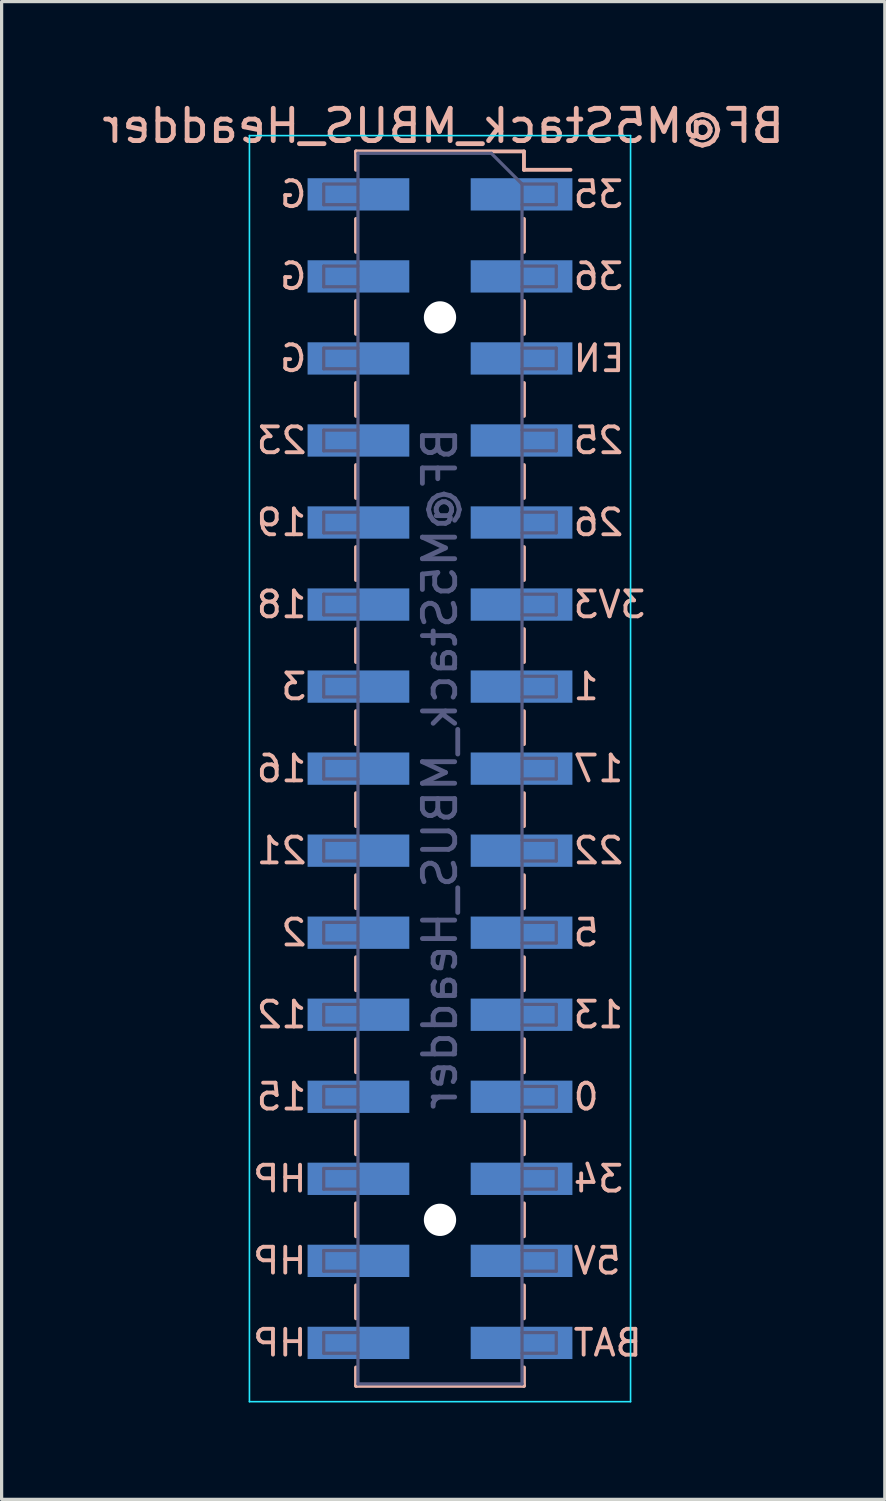
<source format=kicad_pcb>
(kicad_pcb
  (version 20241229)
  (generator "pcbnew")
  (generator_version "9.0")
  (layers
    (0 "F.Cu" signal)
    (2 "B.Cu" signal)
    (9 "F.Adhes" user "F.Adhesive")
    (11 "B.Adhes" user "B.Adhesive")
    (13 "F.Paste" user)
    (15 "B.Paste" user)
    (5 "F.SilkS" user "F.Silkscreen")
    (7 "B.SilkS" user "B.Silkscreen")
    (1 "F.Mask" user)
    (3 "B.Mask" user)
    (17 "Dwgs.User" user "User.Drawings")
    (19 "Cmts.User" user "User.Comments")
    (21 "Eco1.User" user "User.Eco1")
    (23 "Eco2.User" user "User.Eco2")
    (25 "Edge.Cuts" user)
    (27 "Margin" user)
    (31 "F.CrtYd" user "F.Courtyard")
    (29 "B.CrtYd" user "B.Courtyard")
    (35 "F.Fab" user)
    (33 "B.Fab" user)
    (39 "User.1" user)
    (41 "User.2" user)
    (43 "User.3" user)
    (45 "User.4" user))
  (footprint "BF@M5Stack_MBUS_Headder"
    (layer "F.Cu")
    (at 10.573 20.748)
    (property "Reference" "BF@M5Stack_MBUS_Headder" (at 0.1 -19.9 0) (layer "B.SilkS") (effects (font (size 1 1) (thickness 0.15)) (justify mirror)))
    (attr smd)
    (fp_line (start -2.6 -19.11) (end -2.6 -18.54) (stroke (width 0.12) (type solid)) (layer "B.SilkS"))
    (fp_line (start -2.6 -17.02) (end -2.6 -16) (stroke (width 0.12) (type solid)) (layer "B.SilkS"))
    (fp_line (start -2.6 -14.48) (end -2.6 -13.46) (stroke (width 0.12) (type solid)) (layer "B.SilkS"))
    (fp_line (start -2.6 -11.94) (end -2.6 -10.92) (stroke (width 0.12) (type solid)) (layer "B.SilkS"))
    (fp_line (start -2.6 -9.4) (end -2.6 -8.38) (stroke (width 0.12) (type solid)) (layer "B.SilkS"))
    (fp_line (start -2.6 -6.86) (end -2.6 -5.84) (stroke (width 0.12) (type solid)) (layer "B.SilkS"))
    (fp_line (start -2.6 -4.32) (end -2.6 -3.3) (stroke (width 0.12) (type solid)) (layer "B.SilkS"))
    (fp_line (start -2.6 -1.78) (end -2.6 -0.76) (stroke (width 0.12) (type solid)) (layer "B.SilkS"))
    (fp_line (start -2.6 0.76) (end -2.6 1.78) (stroke (width 0.12) (type solid)) (layer "B.SilkS"))
    (fp_line (start -2.6 3.3) (end -2.6 4.32) (stroke (width 0.12) (type solid)) (layer "B.SilkS"))
    (fp_line (start -2.6 5.84) (end -2.6 6.86) (stroke (width 0.12) (type solid)) (layer "B.SilkS"))
    (fp_line (start -2.6 8.38) (end -2.6 9.4) (stroke (width 0.12) (type solid)) (layer "B.SilkS"))
    (fp_line (start -2.6 10.92) (end -2.6 11.94) (stroke (width 0.12) (type solid)) (layer "B.SilkS"))
    (fp_line (start -2.6 13.46) (end -2.6 14.48) (stroke (width 0.12) (type solid)) (layer "B.SilkS"))
    (fp_line (start -2.6 16) (end -2.6 17.02) (stroke (width 0.12) (type solid)) (layer "B.SilkS"))
    (fp_line (start -2.6 18.54) (end -2.6 19.11) (stroke (width 0.12) (type solid)) (layer "B.SilkS"))
    (fp_line (start 2.6 -19.11) (end -2.6 -19.11) (stroke (width 0.12) (type solid)) (layer "B.SilkS"))
    (fp_line (start 2.6 -19.11) (end 2.6 -18.54) (stroke (width 0.12) (type solid)) (layer "B.SilkS"))
    (fp_line (start 2.6 -17.02) (end 2.6 -16) (stroke (width 0.12) (type solid)) (layer "B.SilkS"))
    (fp_line (start 2.6 -14.48) (end 2.6 -13.46) (stroke (width 0.12) (type solid)) (layer "B.SilkS"))
    (fp_line (start 2.6 -11.94) (end 2.6 -10.92) (stroke (width 0.12) (type solid)) (layer "B.SilkS"))
    (fp_line (start 2.6 -9.4) (end 2.6 -8.38) (stroke (width 0.12) (type solid)) (layer "B.SilkS"))
    (fp_line (start 2.6 -6.86) (end 2.6 -5.84) (stroke (width 0.12) (type solid)) (layer "B.SilkS"))
    (fp_line (start 2.6 -4.32) (end 2.6 -3.3) (stroke (width 0.12) (type solid)) (layer "B.SilkS"))
    (fp_line (start 2.6 -1.78) (end 2.6 -0.76) (stroke (width 0.12) (type solid)) (layer "B.SilkS"))
    (fp_line (start 2.6 0.76) (end 2.6 1.78) (stroke (width 0.12) (type solid)) (layer "B.SilkS"))
    (fp_line (start 2.6 3.3) (end 2.6 4.32) (stroke (width 0.12) (type solid)) (layer "B.SilkS"))
    (fp_line (start 2.6 5.84) (end 2.6 6.86) (stroke (width 0.12) (type solid)) (layer "B.SilkS"))
    (fp_line (start 2.6 8.38) (end 2.6 9.4) (stroke (width 0.12) (type solid)) (layer "B.SilkS"))
    (fp_line (start 2.6 10.92) (end 2.6 11.94) (stroke (width 0.12) (type solid)) (layer "B.SilkS"))
    (fp_line (start 2.6 13.46) (end 2.6 14.48) (stroke (width 0.12) (type solid)) (layer "B.SilkS"))
    (fp_line (start 2.6 16) (end 2.6 17.02) (stroke (width 0.12) (type solid)) (layer "B.SilkS"))
    (fp_line (start 2.6 18.54) (end 2.6 19.11) (stroke (width 0.12) (type solid)) (layer "B.SilkS"))
    (fp_line (start 2.6 19.11) (end -2.6 19.11) (stroke (width 0.12) (type solid)) (layer "B.SilkS"))
    (fp_line (start 4.04 -18.54) (end 2.6 -18.54) (stroke (width 0.12) (type solid)) (layer "B.SilkS"))
    (fp_line (start -5.9 -19.6) (end 5.9 -19.6) (stroke (width 0.05) (type solid)) (layer "B.CrtYd"))
    (fp_line (start -5.9 19.6) (end -5.9 -19.6) (stroke (width 0.05) (type solid)) (layer "B.CrtYd"))
    (fp_line (start 5.9 -19.6) (end 5.9 19.6) (stroke (width 0.05) (type solid)) (layer "B.CrtYd"))
    (fp_line (start 5.9 19.6) (end -5.9 19.6) (stroke (width 0.05) (type solid)) (layer "B.CrtYd"))
    (fp_line (start -3.6 -18.1) (end -3.6 -17.46) (stroke (width 0.1) (type solid)) (layer "B.Fab"))
    (fp_line (start -3.6 -17.46) (end -2.54 -17.46) (stroke (width 0.1) (type solid)) (layer "B.Fab"))
    (fp_line (start -3.6 -15.56) (end -3.6 -14.92) (stroke (width 0.1) (type solid)) (layer "B.Fab"))
    (fp_line (start -3.6 -14.92) (end -2.54 -14.92) (stroke (width 0.1) (type solid)) (layer "B.Fab"))
    (fp_line (start -3.6 -13.02) (end -3.6 -12.38) (stroke (width 0.1) (type solid)) (layer "B.Fab"))
    (fp_line (start -3.6 -12.38) (end -2.54 -12.38) (stroke (width 0.1) (type solid)) (layer "B.Fab"))
    (fp_line (start -3.6 -10.48) (end -3.6 -9.84) (stroke (width 0.1) (type solid)) (layer "B.Fab"))
    (fp_line (start -3.6 -9.84) (end -2.54 -9.84) (stroke (width 0.1) (type solid)) (layer "B.Fab"))
    (fp_line (start -3.6 -7.94) (end -3.6 -7.3) (stroke (width 0.1) (type solid)) (layer "B.Fab"))
    (fp_line (start -3.6 -7.3) (end -2.54 -7.3) (stroke (width 0.1) (type solid)) (layer "B.Fab"))
    (fp_line (start -3.6 -5.4) (end -3.6 -4.76) (stroke (width 0.1) (type solid)) (layer "B.Fab"))
    (fp_line (start -3.6 -4.76) (end -2.54 -4.76) (stroke (width 0.1) (type solid)) (layer "B.Fab"))
    (fp_line (start -3.6 -2.86) (end -3.6 -2.22) (stroke (width 0.1) (type solid)) (layer "B.Fab"))
    (fp_line (start -3.6 -2.22) (end -2.54 -2.22) (stroke (width 0.1) (type solid)) (layer "B.Fab"))
    (fp_line (start -3.6 -0.32) (end -3.6 0.32) (stroke (width 0.1) (type solid)) (layer "B.Fab"))
    (fp_line (start -3.6 0.32) (end -2.54 0.32) (stroke (width 0.1) (type solid)) (layer "B.Fab"))
    (fp_line (start -3.6 2.22) (end -3.6 2.86) (stroke (width 0.1) (type solid)) (layer "B.Fab"))
    (fp_line (start -3.6 2.86) (end -2.54 2.86) (stroke (width 0.1) (type solid)) (layer "B.Fab"))
    (fp_line (start -3.6 4.76) (end -3.6 5.4) (stroke (width 0.1) (type solid)) (layer "B.Fab"))
    (fp_line (start -3.6 5.4) (end -2.54 5.4) (stroke (width 0.1) (type solid)) (layer "B.Fab"))
    (fp_line (start -3.6 7.3) (end -3.6 7.94) (stroke (width 0.1) (type solid)) (layer "B.Fab"))
    (fp_line (start -3.6 7.94) (end -2.54 7.94) (stroke (width 0.1) (type solid)) (layer "B.Fab"))
    (fp_line (start -3.6 9.84) (end -3.6 10.48) (stroke (width 0.1) (type solid)) (layer "B.Fab"))
    (fp_line (start -3.6 10.48) (end -2.54 10.48) (stroke (width 0.1) (type solid)) (layer "B.Fab"))
    (fp_line (start -3.6 12.38) (end -3.6 13.02) (stroke (width 0.1) (type solid)) (layer "B.Fab"))
    (fp_line (start -3.6 13.02) (end -2.54 13.02) (stroke (width 0.1) (type solid)) (layer "B.Fab"))
    (fp_line (start -3.6 14.92) (end -3.6 15.56) (stroke (width 0.1) (type solid)) (layer "B.Fab"))
    (fp_line (start -3.6 15.56) (end -2.54 15.56) (stroke (width 0.1) (type solid)) (layer "B.Fab"))
    (fp_line (start -3.6 17.46) (end -3.6 18.1) (stroke (width 0.1) (type solid)) (layer "B.Fab"))
    (fp_line (start -3.6 18.1) (end -2.54 18.1) (stroke (width 0.1) (type solid)) (layer "B.Fab"))
    (fp_line (start -2.54 -19.05) (end -2.54 19.05) (stroke (width 0.1) (type solid)) (layer "B.Fab"))
    (fp_line (start -2.54 -18.1) (end -3.6 -18.1) (stroke (width 0.1) (type solid)) (layer "B.Fab"))
    (fp_line (start -2.54 -15.56) (end -3.6 -15.56) (stroke (width 0.1) (type solid)) (layer "B.Fab"))
    (fp_line (start -2.54 -13.02) (end -3.6 -13.02) (stroke (width 0.1) (type solid)) (layer "B.Fab"))
    (fp_line (start -2.54 -10.48) (end -3.6 -10.48) (stroke (width 0.1) (type solid)) (layer "B.Fab"))
    (fp_line (start -2.54 -7.94) (end -3.6 -7.94) (stroke (width 0.1) (type solid)) (layer "B.Fab"))
    (fp_line (start -2.54 -5.4) (end -3.6 -5.4) (stroke (width 0.1) (type solid)) (layer "B.Fab"))
    (fp_line (start -2.54 -2.86) (end -3.6 -2.86) (stroke (width 0.1) (type solid)) (layer "B.Fab"))
    (fp_line (start -2.54 -0.32) (end -3.6 -0.32) (stroke (width 0.1) (type solid)) (layer "B.Fab"))
    (fp_line (start -2.54 2.22) (end -3.6 2.22) (stroke (width 0.1) (type solid)) (layer "B.Fab"))
    (fp_line (start -2.54 4.76) (end -3.6 4.76) (stroke (width 0.1) (type solid)) (layer "B.Fab"))
    (fp_line (start -2.54 7.3) (end -3.6 7.3) (stroke (width 0.1) (type solid)) (layer "B.Fab"))
    (fp_line (start -2.54 9.84) (end -3.6 9.84) (stroke (width 0.1) (type solid)) (layer "B.Fab"))
    (fp_line (start -2.54 12.38) (end -3.6 12.38) (stroke (width 0.1) (type solid)) (layer "B.Fab"))
    (fp_line (start -2.54 14.92) (end -3.6 14.92) (stroke (width 0.1) (type solid)) (layer "B.Fab"))
    (fp_line (start -2.54 17.46) (end -3.6 17.46) (stroke (width 0.1) (type solid)) (layer "B.Fab"))
    (fp_line (start -2.54 19.05) (end 2.54 19.05) (stroke (width 0.1) (type solid)) (layer "B.Fab"))
    (fp_line (start 1.59 -19.05) (end -2.54 -19.05) (stroke (width 0.1) (type solid)) (layer "B.Fab"))
    (fp_line (start 2.54 -18.1) (end 1.59 -19.05) (stroke (width 0.1) (type solid)) (layer "B.Fab"))
    (fp_line (start 2.54 -18.1) (end 3.6 -18.1) (stroke (width 0.1) (type solid)) (layer "B.Fab"))
    (fp_line (start 2.54 -15.56) (end 3.6 -15.56) (stroke (width 0.1) (type solid)) (layer "B.Fab"))
    (fp_line (start 2.54 -13.02) (end 3.6 -13.02) (stroke (width 0.1) (type solid)) (layer "B.Fab"))
    (fp_line (start 2.54 -10.48) (end 3.6 -10.48) (stroke (width 0.1) (type solid)) (layer "B.Fab"))
    (fp_line (start 2.54 -7.94) (end 3.6 -7.94) (stroke (width 0.1) (type solid)) (layer "B.Fab"))
    (fp_line (start 2.54 -5.4) (end 3.6 -5.4) (stroke (width 0.1) (type solid)) (layer "B.Fab"))
    (fp_line (start 2.54 -2.86) (end 3.6 -2.86) (stroke (width 0.1) (type solid)) (layer "B.Fab"))
    (fp_line (start 2.54 -0.32) (end 3.6 -0.32) (stroke (width 0.1) (type solid)) (layer "B.Fab"))
    (fp_line (start 2.54 2.22) (end 3.6 2.22) (stroke (width 0.1) (type solid)) (layer "B.Fab"))
    (fp_line (start 2.54 4.76) (end 3.6 4.76) (stroke (width 0.1) (type solid)) (layer "B.Fab"))
    (fp_line (start 2.54 7.3) (end 3.6 7.3) (stroke (width 0.1) (type solid)) (layer "B.Fab"))
    (fp_line (start 2.54 9.84) (end 3.6 9.84) (stroke (width 0.1) (type solid)) (layer "B.Fab"))
    (fp_line (start 2.54 12.38) (end 3.6 12.38) (stroke (width 0.1) (type solid)) (layer "B.Fab"))
    (fp_line (start 2.54 14.92) (end 3.6 14.92) (stroke (width 0.1) (type solid)) (layer "B.Fab"))
    (fp_line (start 2.54 17.46) (end 3.6 17.46) (stroke (width 0.1) (type solid)) (layer "B.Fab"))
    (fp_line (start 2.54 19.05) (end 2.54 -18.1) (stroke (width 0.1) (type solid)) (layer "B.Fab"))
    (fp_line (start 3.6 -18.1) (end 3.6 -17.46) (stroke (width 0.1) (type solid)) (layer "B.Fab"))
    (fp_line (start 3.6 -17.46) (end 2.54 -17.46) (stroke (width 0.1) (type solid)) (layer "B.Fab"))
    (fp_line (start 3.6 -15.56) (end 3.6 -14.92) (stroke (width 0.1) (type solid)) (layer "B.Fab"))
    (fp_line (start 3.6 -14.92) (end 2.54 -14.92) (stroke (width 0.1) (type solid)) (layer "B.Fab"))
    (fp_line (start 3.6 -13.02) (end 3.6 -12.38) (stroke (width 0.1) (type solid)) (layer "B.Fab"))
    (fp_line (start 3.6 -12.38) (end 2.54 -12.38) (stroke (width 0.1) (type solid)) (layer "B.Fab"))
    (fp_line (start 3.6 -10.48) (end 3.6 -9.84) (stroke (width 0.1) (type solid)) (layer "B.Fab"))
    (fp_line (start 3.6 -9.84) (end 2.54 -9.84) (stroke (width 0.1) (type solid)) (layer "B.Fab"))
    (fp_line (start 3.6 -7.94) (end 3.6 -7.3) (stroke (width 0.1) (type solid)) (layer "B.Fab"))
    (fp_line (start 3.6 -7.3) (end 2.54 -7.3) (stroke (width 0.1) (type solid)) (layer "B.Fab"))
    (fp_line (start 3.6 -5.4) (end 3.6 -4.76) (stroke (width 0.1) (type solid)) (layer "B.Fab"))
    (fp_line (start 3.6 -4.76) (end 2.54 -4.76) (stroke (width 0.1) (type solid)) (layer "B.Fab"))
    (fp_line (start 3.6 -2.86) (end 3.6 -2.22) (stroke (width 0.1) (type solid)) (layer "B.Fab"))
    (fp_line (start 3.6 -2.22) (end 2.54 -2.22) (stroke (width 0.1) (type solid)) (layer "B.Fab"))
    (fp_line (start 3.6 -0.32) (end 3.6 0.32) (stroke (width 0.1) (type solid)) (layer "B.Fab"))
    (fp_line (start 3.6 0.32) (end 2.54 0.32) (stroke (width 0.1) (type solid)) (layer "B.Fab"))
    (fp_line (start 3.6 2.22) (end 3.6 2.86) (stroke (width 0.1) (type solid)) (layer "B.Fab"))
    (fp_line (start 3.6 2.86) (end 2.54 2.86) (stroke (width 0.1) (type solid)) (layer "B.Fab"))
    (fp_line (start 3.6 4.76) (end 3.6 5.4) (stroke (width 0.1) (type solid)) (layer "B.Fab"))
    (fp_line (start 3.6 5.4) (end 2.54 5.4) (stroke (width 0.1) (type solid)) (layer "B.Fab"))
    (fp_line (start 3.6 7.3) (end 3.6 7.94) (stroke (width 0.1) (type solid)) (layer "B.Fab"))
    (fp_line (start 3.6 7.94) (end 2.54 7.94) (stroke (width 0.1) (type solid)) (layer "B.Fab"))
    (fp_line (start 3.6 9.84) (end 3.6 10.48) (stroke (width 0.1) (type solid)) (layer "B.Fab"))
    (fp_line (start 3.6 10.48) (end 2.54 10.48) (stroke (width 0.1) (type solid)) (layer "B.Fab"))
    (fp_line (start 3.6 12.38) (end 3.6 13.02) (stroke (width 0.1) (type solid)) (layer "B.Fab"))
    (fp_line (start 3.6 13.02) (end 2.54 13.02) (stroke (width 0.1) (type solid)) (layer "B.Fab"))
    (fp_line (start 3.6 14.92) (end 3.6 15.56) (stroke (width 0.1) (type solid)) (layer "B.Fab"))
    (fp_line (start 3.6 15.56) (end 2.54 15.56) (stroke (width 0.1) (type solid)) (layer "B.Fab"))
    (fp_line (start 3.6 17.46) (end 3.6 18.1) (stroke (width 0.1) (type solid)) (layer "B.Fab"))
    (fp_line (start 3.6 18.1) (end 2.54 18.1) (stroke (width 0.1) (type solid)) (layer "B.Fab"))
    (fp_text user "0" (at 4.064 10.16 180) (layer "B.SilkS") (effects (font (size 0.8 0.8) (thickness 0.12)) (justify right mirror)))
    (fp_text user "5V" (at 4.064 15.24 180) (layer "B.SilkS") (effects (font (size 0.8 0.8) (thickness 0.12)) (justify right mirror)))
    (fp_text user "EN" (at 4.064 -12.7 180) (layer "B.SilkS") (effects (font (size 0.8 0.8) (thickness 0.12)) (justify right mirror)))
    (fp_text user "18" (at -4.064 -5.08 180) (layer "B.SilkS") (effects (font (size 0.8 0.8) (thickness 0.12)) (justify left mirror)))
    (fp_text user "5" (at 4.064 5.08 180) (layer "B.SilkS") (effects (font (size 0.8 0.8) (thickness 0.12)) (justify right mirror)))
    (fp_text user "26" (at 4.064 -7.62 180) (layer "B.SilkS") (effects (font (size 0.8 0.8) (thickness 0.12)) (justify right mirror)))
    (fp_text user "16" (at -4.064 0 180) (layer "B.SilkS") (effects (font (size 0.8 0.8) (thickness 0.12)) (justify left mirror)))
    (fp_text user "36" (at 4.064 -15.24 180) (layer "B.SilkS") (effects (font (size 0.8 0.8) (thickness 0.12)) (justify right mirror)))
    (fp_text user "19" (at -4.064 -7.62 180) (layer "B.SilkS") (effects (font (size 0.8 0.8) (thickness 0.12)) (justify left mirror)))
    (fp_text user "G" (at -4.064 -15.24 180) (layer "B.SilkS") (effects (font (size 0.8 0.8) (thickness 0.12)) (justify left mirror)))
    (fp_text user "23" (at -4.064 -10.16 180) (layer "B.SilkS") (effects (font (size 0.8 0.8) (thickness 0.12)) (justify left mirror)))
    (fp_text user "G" (at -4.064 -12.7 180) (layer "B.SilkS") (effects (font (size 0.8 0.8) (thickness 0.12)) (justify left mirror)))
    (fp_text user "3V3" (at 4.064 -5.08 180) (layer "B.SilkS") (effects (font (size 0.8 0.8) (thickness 0.12)) (justify right mirror)))
    (fp_text user "HP" (at -4.064 12.7 180) (layer "B.SilkS") (effects (font (size 0.8 0.8) (thickness 0.12)) (justify left mirror)))
    (fp_text user "1" (at 4.064 -2.54 180) (layer "B.SilkS") (effects (font (size 0.8 0.8) (thickness 0.12)) (justify right mirror)))
    (fp_text user "HP" (at -4.064 15.24 180) (layer "B.SilkS") (effects (font (size 0.8 0.8) (thickness 0.12)) (justify left mirror)))
    (fp_text user "3" (at -4.064 -2.54 180) (layer "B.SilkS") (effects (font (size 0.8 0.8) (thickness 0.12)) (justify left mirror)))
    (fp_text user "34" (at 4.064 12.7 180) (layer "B.SilkS") (effects (font (size 0.8 0.8) (thickness 0.12)) (justify right mirror)))
    (fp_text user "13" (at 4.064 7.62 180) (layer "B.SilkS") (effects (font (size 0.8 0.8) (thickness 0.12)) (justify right mirror)))
    (fp_text user "22" (at 4.064 2.54 180) (layer "B.SilkS") (effects (font (size 0.8 0.8) (thickness 0.12)) (justify right mirror)))
    (fp_text user "15" (at -4.064 10.16 180) (layer "B.SilkS") (effects (font (size 0.8 0.8) (thickness 0.12)) (justify left mirror)))
    (fp_text user "35" (at 4.064 -17.78 180) (layer "B.SilkS") (effects (font (size 0.8 0.8) (thickness 0.12)) (justify right mirror)))
    (fp_text user "21" (at -4.064 2.54 180) (layer "B.SilkS") (effects (font (size 0.8 0.8) (thickness 0.12)) (justify left mirror)))
    (fp_text user "17" (at 4.064 0 180) (layer "B.SilkS") (effects (font (size 0.8 0.8) (thickness 0.12)) (justify right mirror)))
    (fp_text user "G" (at -4.064 -17.78 180) (layer "B.SilkS") (effects (font (size 0.8 0.8) (thickness 0.12)) (justify left mirror)))
    (fp_text user "25" (at 4.064 -10.16 180) (layer "B.SilkS") (effects (font (size 0.8 0.8) (thickness 0.12)) (justify right mirror)))
    (fp_text user "BAT" (at 4.064 17.78 180) (layer "B.SilkS") (effects (font (size 0.8 0.8) (thickness 0.12)) (justify right mirror)))
    (fp_text user "HP" (at -4.064 17.78 180) (layer "B.SilkS") (effects (font (size 0.8 0.8) (thickness 0.12)) (justify left mirror)))
    (fp_text user "12" (at -4.064 7.62 180) (layer "B.SilkS") (effects (font (size 0.8 0.8) (thickness 0.12)) (justify left mirror)))
    (fp_text user "2" (at -4.064 5.08 180) (layer "B.SilkS") (effects (font (size 0.8 0.8) (thickness 0.12)) (justify left mirror)))
    (fp_text user "${REFERENCE}" (at 0 0 270) (layer "B.Fab") (effects (font (size 1 1) (thickness 0.15)) (justify mirror)))
    (pad "" np_thru_hole circle (at 0 -13.97 180) (size 1 1) (drill 1) (layers "*.Cu" "*.Mask"))
    (pad "" np_thru_hole circle (at 0 13.97 180) (size 1 1) (drill 1) (layers "*.Cu" "*.Mask"))
    (pad "1" smd rect (at 2.525 -17.78) (size 3.15 1) (layers "B.Cu" "B.Mask" "B.Paste"))
    (pad "2" smd rect (at -2.525 -17.78) (size 3.15 1) (layers "B.Cu" "B.Mask" "B.Paste"))
    (pad "3" smd rect (at 2.525 -15.24) (size 3.15 1) (layers "B.Cu" "B.Mask" "B.Paste"))
    (pad "4" smd rect (at -2.525 -15.24) (size 3.15 1) (layers "B.Cu" "B.Mask" "B.Paste"))
    (pad "5" smd rect (at 2.525 -12.7) (size 3.15 1) (layers "B.Cu" "B.Mask" "B.Paste"))
    (pad "6" smd rect (at -2.525 -12.7) (size 3.15 1) (layers "B.Cu" "B.Mask" "B.Paste"))
    (pad "7" smd rect (at 2.525 -10.16) (size 3.15 1) (layers "B.Cu" "B.Mask" "B.Paste"))
    (pad "8" smd rect (at -2.525 -10.16) (size 3.15 1) (layers "B.Cu" "B.Mask" "B.Paste"))
    (pad "9" smd rect (at 2.525 -7.62) (size 3.15 1) (layers "B.Cu" "B.Mask" "B.Paste"))
    (pad "10" smd rect (at -2.525 -7.62) (size 3.15 1) (layers "B.Cu" "B.Mask" "B.Paste"))
    (pad "11" smd rect (at 2.525 -5.08) (size 3.15 1) (layers "B.Cu" "B.Mask" "B.Paste"))
    (pad "12" smd rect (at -2.525 -5.08) (size 3.15 1) (layers "B.Cu" "B.Mask" "B.Paste"))
    (pad "13" smd rect (at 2.525 -2.54) (size 3.15 1) (layers "B.Cu" "B.Mask" "B.Paste"))
    (pad "14" smd rect (at -2.525 -2.54) (size 3.15 1) (layers "B.Cu" "B.Mask" "B.Paste"))
    (pad "15" smd rect (at 2.525 0) (size 3.15 1) (layers "B.Cu" "B.Mask" "B.Paste"))
    (pad "16" smd rect (at -2.525 0) (size 3.15 1) (layers "B.Cu" "B.Mask" "B.Paste"))
    (pad "17" smd rect (at 2.525 2.54) (size 3.15 1) (layers "B.Cu" "B.Mask" "B.Paste"))
    (pad "18" smd rect (at -2.525 2.54) (size 3.15 1) (layers "B.Cu" "B.Mask" "B.Paste"))
    (pad "19" smd rect (at 2.525 5.08) (size 3.15 1) (layers "B.Cu" "B.Mask" "B.Paste"))
    (pad "20" smd rect (at -2.525 5.08) (size 3.15 1) (layers "B.Cu" "B.Mask" "B.Paste"))
    (pad "21" smd rect (at 2.525 7.62) (size 3.15 1) (layers "B.Cu" "B.Mask" "B.Paste"))
    (pad "22" smd rect (at -2.525 7.62) (size 3.15 1) (layers "B.Cu" "B.Mask" "B.Paste"))
    (pad "23" smd rect (at 2.525 10.16) (size 3.15 1) (layers "B.Cu" "B.Mask" "B.Paste"))
    (pad "24" smd rect (at -2.525 10.16) (size 3.15 1) (layers "B.Cu" "B.Mask" "B.Paste"))
    (pad "25" smd rect (at 2.525 12.7) (size 3.15 1) (layers "B.Cu" "B.Mask" "B.Paste"))
    (pad "26" smd rect (at -2.525 12.7) (size 3.15 1) (layers "B.Cu" "B.Mask" "B.Paste"))
    (pad "27" smd rect (at 2.525 15.24) (size 3.15 1) (layers "B.Cu" "B.Mask" "B.Paste"))
    (pad "28" smd rect (at -2.525 15.24) (size 3.15 1) (layers "B.Cu" "B.Mask" "B.Paste"))
    (pad "29" smd rect (at 2.525 17.78) (size 3.15 1) (layers "B.Cu" "B.Mask" "B.Paste"))
    (pad "30" smd rect (at -2.525 17.78) (size 3.15 1) (layers "B.Cu" "B.Mask" "B.Paste")))
  (gr_rect
    (start -3 -3)
    (end 24.345 43.373)
    (stroke (width 0.1) (type default))
    (fill no)
    (layer "Edge.Cuts")))
</source>
